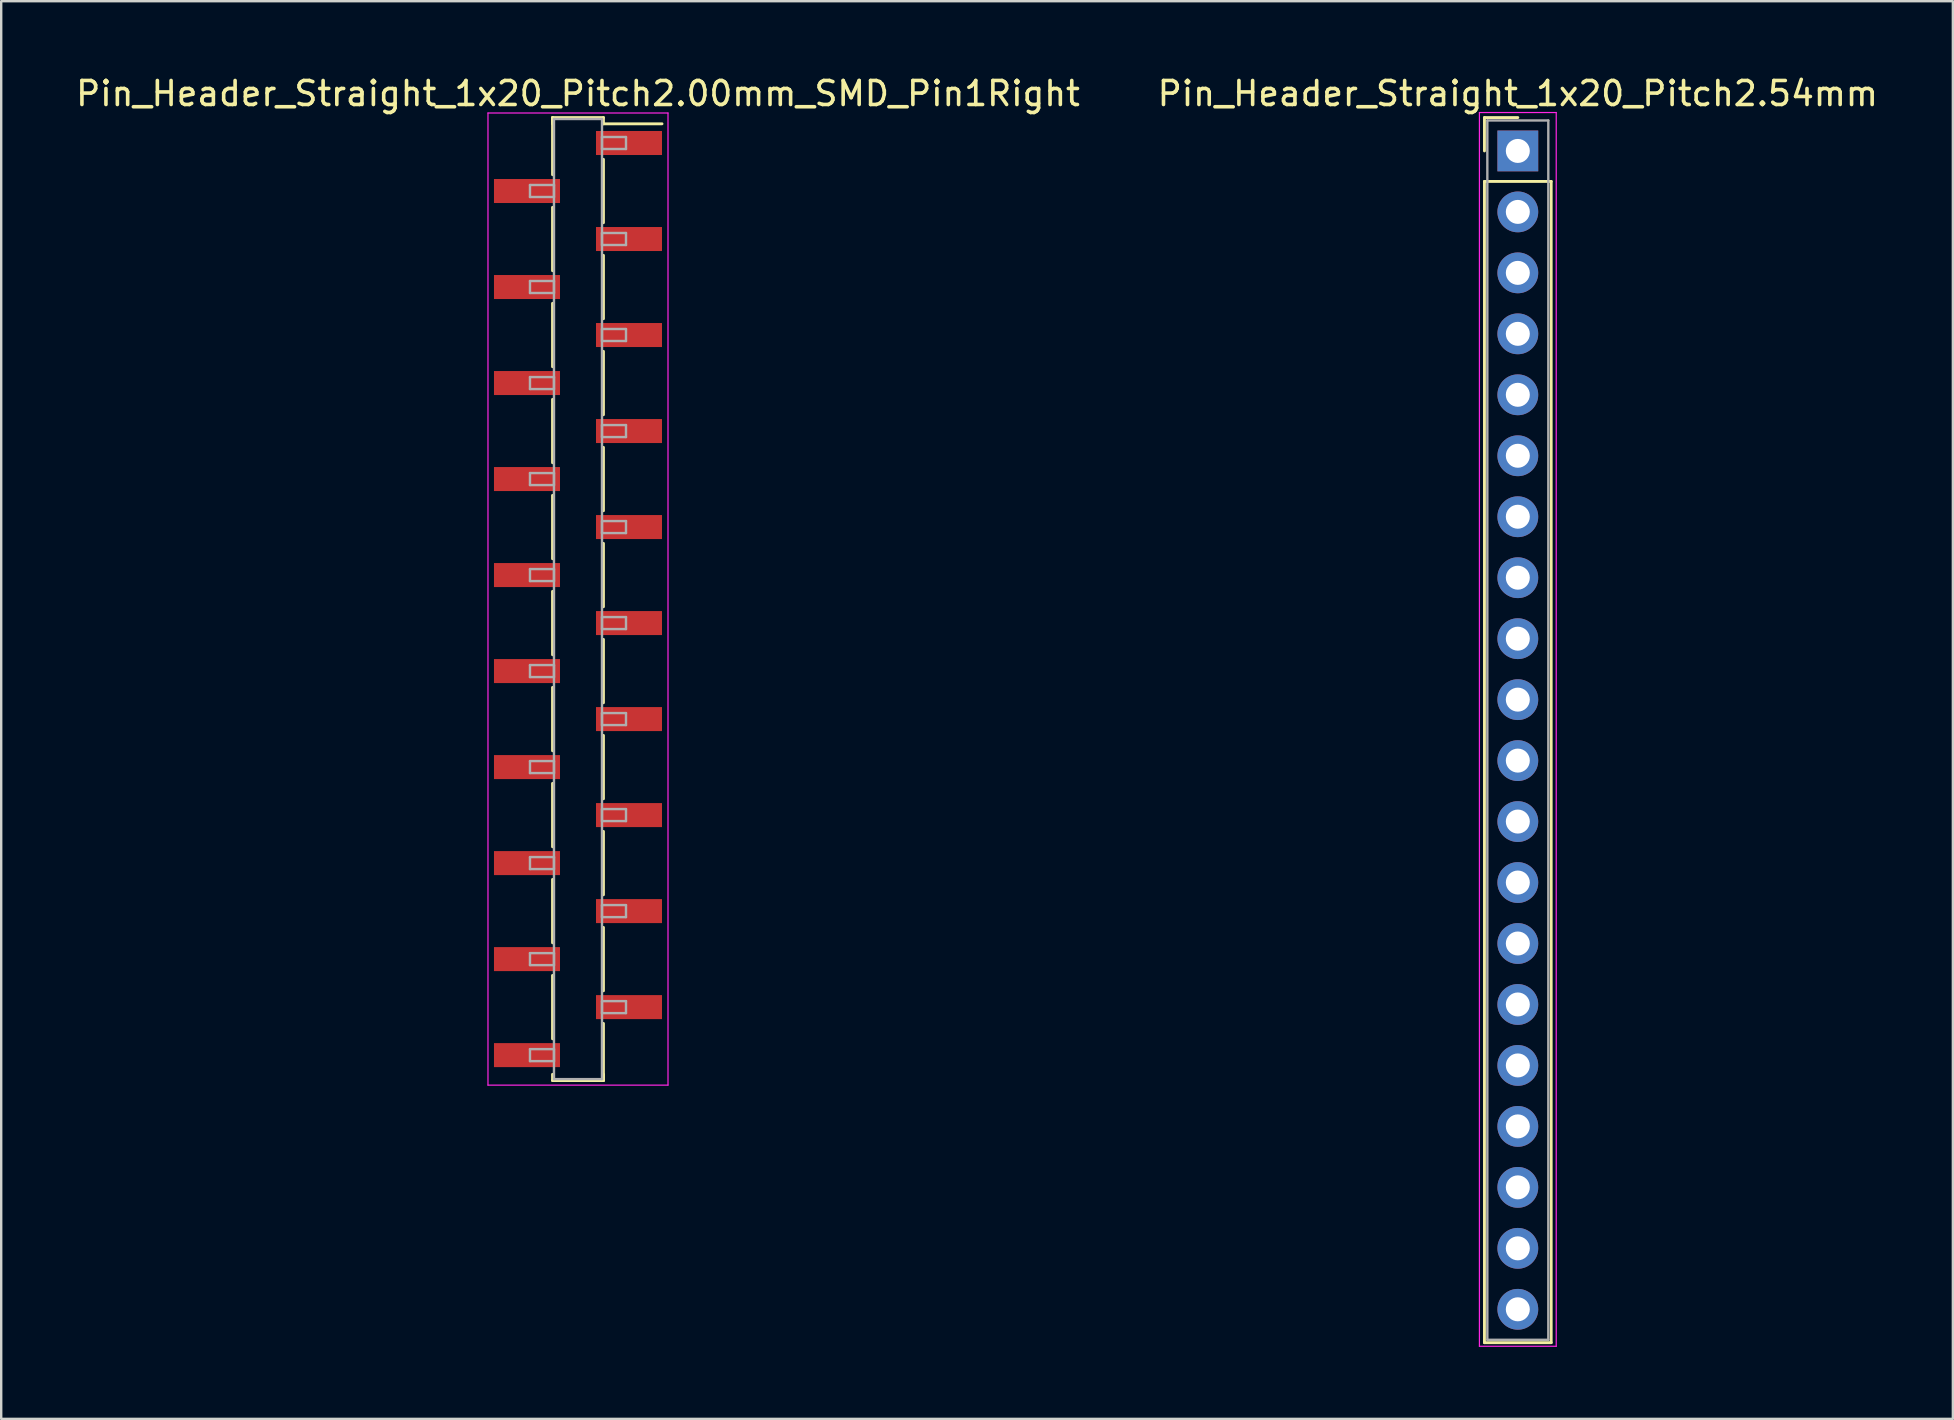
<source format=kicad_pcb>
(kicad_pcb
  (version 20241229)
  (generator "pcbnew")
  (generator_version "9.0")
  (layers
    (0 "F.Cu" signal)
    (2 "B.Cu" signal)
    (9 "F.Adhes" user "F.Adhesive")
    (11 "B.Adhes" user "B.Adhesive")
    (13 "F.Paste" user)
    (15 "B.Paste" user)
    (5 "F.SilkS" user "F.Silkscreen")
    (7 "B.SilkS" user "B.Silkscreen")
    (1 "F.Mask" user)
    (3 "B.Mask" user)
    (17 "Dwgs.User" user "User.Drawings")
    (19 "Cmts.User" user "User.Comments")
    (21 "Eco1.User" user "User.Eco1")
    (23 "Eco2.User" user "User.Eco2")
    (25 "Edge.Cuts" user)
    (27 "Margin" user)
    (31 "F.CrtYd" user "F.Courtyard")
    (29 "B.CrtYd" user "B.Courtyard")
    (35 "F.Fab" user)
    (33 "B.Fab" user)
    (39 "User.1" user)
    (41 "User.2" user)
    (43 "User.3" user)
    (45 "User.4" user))
  (footprint "Pin_Header_Straight_1x20_Pitch2.54mm"
    (layer "F.Cu")
    (at 60.185 3.238)
    (property "Reference" "Pin_Header_Straight_1x20_Pitch2.54mm" (at 0 -2.39 0) (layer "F.SilkS") (effects (font (size 1 1) (thickness 0.15))))
    (attr through_hole)
    (fp_line (start -1.39 -1.39) (end 0 -1.39) (stroke (width 0.12) (type solid)) (layer "F.SilkS"))
    (fp_line (start -1.39 0) (end -1.39 -1.39) (stroke (width 0.12) (type solid)) (layer "F.SilkS"))
    (fp_line (start -1.39 1.27) (end -1.39 49.65) (stroke (width 0.12) (type solid)) (layer "F.SilkS"))
    (fp_line (start -1.39 49.65) (end 1.39 49.65) (stroke (width 0.12) (type solid)) (layer "F.SilkS"))
    (fp_line (start 1.39 1.27) (end -1.39 1.27) (stroke (width 0.12) (type solid)) (layer "F.SilkS"))
    (fp_line (start 1.39 49.65) (end 1.39 1.27) (stroke (width 0.12) (type solid)) (layer "F.SilkS"))
    (fp_line (start -1.6 -1.6) (end -1.6 49.8) (stroke (width 0.05) (type solid)) (layer "F.CrtYd"))
    (fp_line (start -1.6 49.8) (end 1.6 49.8) (stroke (width 0.05) (type solid)) (layer "F.CrtYd"))
    (fp_line (start 1.6 -1.6) (end -1.6 -1.6) (stroke (width 0.05) (type solid)) (layer "F.CrtYd"))
    (fp_line (start 1.6 49.8) (end 1.6 -1.6) (stroke (width 0.05) (type solid)) (layer "F.CrtYd"))
    (fp_line (start -1.27 -1.27) (end -1.27 49.53) (stroke (width 0.1) (type solid)) (layer "F.Fab"))
    (fp_line (start -1.27 49.53) (end 1.27 49.53) (stroke (width 0.1) (type solid)) (layer "F.Fab"))
    (fp_line (start 1.27 -1.27) (end -1.27 -1.27) (stroke (width 0.1) (type solid)) (layer "F.Fab"))
    (fp_line (start 1.27 49.53) (end 1.27 -1.27) (stroke (width 0.1) (type solid)) (layer "F.Fab"))
    (pad "1" thru_hole rect (at 0 0) (size 1.7 1.7) (drill 1) (layers "*.Cu" "*.Mask"))
    (pad "2" thru_hole oval (at 0 2.54) (size 1.7 1.7) (drill 1) (layers "*.Cu" "*.Mask"))
    (pad "3" thru_hole oval (at 0 5.08) (size 1.7 1.7) (drill 1) (layers "*.Cu" "*.Mask"))
    (pad "4" thru_hole oval (at 0 7.62) (size 1.7 1.7) (drill 1) (layers "*.Cu" "*.Mask"))
    (pad "5" thru_hole oval (at 0 10.16) (size 1.7 1.7) (drill 1) (layers "*.Cu" "*.Mask"))
    (pad "6" thru_hole oval (at 0 12.7) (size 1.7 1.7) (drill 1) (layers "*.Cu" "*.Mask"))
    (pad "7" thru_hole oval (at 0 15.24) (size 1.7 1.7) (drill 1) (layers "*.Cu" "*.Mask"))
    (pad "8" thru_hole oval (at 0 17.78) (size 1.7 1.7) (drill 1) (layers "*.Cu" "*.Mask"))
    (pad "9" thru_hole oval (at 0 20.32) (size 1.7 1.7) (drill 1) (layers "*.Cu" "*.Mask"))
    (pad "10" thru_hole oval (at 0 22.86) (size 1.7 1.7) (drill 1) (layers "*.Cu" "*.Mask"))
    (pad "11" thru_hole oval (at 0 25.4) (size 1.7 1.7) (drill 1) (layers "*.Cu" "*.Mask"))
    (pad "12" thru_hole oval (at 0 27.94) (size 1.7 1.7) (drill 1) (layers "*.Cu" "*.Mask"))
    (pad "13" thru_hole oval (at 0 30.48) (size 1.7 1.7) (drill 1) (layers "*.Cu" "*.Mask"))
    (pad "14" thru_hole oval (at 0 33.02) (size 1.7 1.7) (drill 1) (layers "*.Cu" "*.Mask"))
    (pad "15" thru_hole oval (at 0 35.56) (size 1.7 1.7) (drill 1) (layers "*.Cu" "*.Mask"))
    (pad "16" thru_hole oval (at 0 38.1) (size 1.7 1.7) (drill 1) (layers "*.Cu" "*.Mask"))
    (pad "17" thru_hole oval (at 0 40.64) (size 1.7 1.7) (drill 1) (layers "*.Cu" "*.Mask"))
    (pad "18" thru_hole oval (at 0 43.18) (size 1.7 1.7) (drill 1) (layers "*.Cu" "*.Mask"))
    (pad "19" thru_hole oval (at 0 45.72) (size 1.7 1.7) (drill 1) (layers "*.Cu" "*.Mask"))
    (pad "20" thru_hole oval (at 0 48.26) (size 1.7 1.7) (drill 1) (layers "*.Cu" "*.Mask")))
  (footprint "Pin_Header_Straight_1x20_Pitch2.00mm_SMD_Pin1Right"
    (layer "F.Cu")
    (at 21.03 21.908)
    (property "Reference" "Pin_Header_Straight_1x20_Pitch2.00mm_SMD_Pin1Right" (at 0 -21.06 0) (layer "F.SilkS") (effects (font (size 1 1) (thickness 0.15))))
    (attr smd)
    (fp_line (start -1.06 -20.06) (end -1.06 -17.68) (stroke (width 0.12) (type solid)) (layer "F.SilkS"))
    (fp_line (start -1.06 -20.06) (end 1.06 -20.06) (stroke (width 0.12) (type solid)) (layer "F.SilkS"))
    (fp_line (start -1.06 -19.8) (end -1.06 -20.06) (stroke (width 0.12) (type solid)) (layer "F.SilkS"))
    (fp_line (start -1.06 -16.32) (end -1.06 -13.68) (stroke (width 0.12) (type solid)) (layer "F.SilkS"))
    (fp_line (start -1.06 -12.32) (end -1.06 -9.68) (stroke (width 0.12) (type solid)) (layer "F.SilkS"))
    (fp_line (start -1.06 -8.32) (end -1.06 -5.68) (stroke (width 0.12) (type solid)) (layer "F.SilkS"))
    (fp_line (start -1.06 -4.32) (end -1.06 -1.68) (stroke (width 0.12) (type solid)) (layer "F.SilkS"))
    (fp_line (start -1.06 -0.32) (end -1.06 2.32) (stroke (width 0.12) (type solid)) (layer "F.SilkS"))
    (fp_line (start -1.06 3.68) (end -1.06 6.32) (stroke (width 0.12) (type solid)) (layer "F.SilkS"))
    (fp_line (start -1.06 7.68) (end -1.06 10.32) (stroke (width 0.12) (type solid)) (layer "F.SilkS"))
    (fp_line (start -1.06 11.68) (end -1.06 14.32) (stroke (width 0.12) (type solid)) (layer "F.SilkS"))
    (fp_line (start -1.06 15.68) (end -1.06 18.32) (stroke (width 0.12) (type solid)) (layer "F.SilkS"))
    (fp_line (start -1.06 19.8) (end -1.06 20.06) (stroke (width 0.12) (type solid)) (layer "F.SilkS"))
    (fp_line (start -1.06 20.06) (end 1.06 20.06) (stroke (width 0.12) (type solid)) (layer "F.SilkS"))
    (fp_line (start 1.06 -20.06) (end 1.06 -19.8) (stroke (width 0.12) (type solid)) (layer "F.SilkS"))
    (fp_line (start 1.06 -19.8) (end 3.5 -19.8) (stroke (width 0.12) (type solid)) (layer "F.SilkS"))
    (fp_line (start 1.06 -18.32) (end 1.06 -15.68) (stroke (width 0.12) (type solid)) (layer "F.SilkS"))
    (fp_line (start 1.06 -14.32) (end 1.06 -11.68) (stroke (width 0.12) (type solid)) (layer "F.SilkS"))
    (fp_line (start 1.06 -10.32) (end 1.06 -7.68) (stroke (width 0.12) (type solid)) (layer "F.SilkS"))
    (fp_line (start 1.06 -6.32) (end 1.06 -3.68) (stroke (width 0.12) (type solid)) (layer "F.SilkS"))
    (fp_line (start 1.06 -2.32) (end 1.06 0.32) (stroke (width 0.12) (type solid)) (layer "F.SilkS"))
    (fp_line (start 1.06 1.68) (end 1.06 4.32) (stroke (width 0.12) (type solid)) (layer "F.SilkS"))
    (fp_line (start 1.06 5.68) (end 1.06 8.32) (stroke (width 0.12) (type solid)) (layer "F.SilkS"))
    (fp_line (start 1.06 9.68) (end 1.06 12.32) (stroke (width 0.12) (type solid)) (layer "F.SilkS"))
    (fp_line (start 1.06 13.68) (end 1.06 16.32) (stroke (width 0.12) (type solid)) (layer "F.SilkS"))
    (fp_line (start 1.06 17.68) (end 1.06 20.06) (stroke (width 0.12) (type solid)) (layer "F.SilkS"))
    (fp_line (start 1.06 20.06) (end 1.06 19.8) (stroke (width 0.12) (type solid)) (layer "F.SilkS"))
    (fp_line (start -3.75 -20.25) (end -3.75 20.25) (stroke (width 0.05) (type solid)) (layer "F.CrtYd"))
    (fp_line (start -3.75 20.25) (end 3.75 20.25) (stroke (width 0.05) (type solid)) (layer "F.CrtYd"))
    (fp_line (start 3.75 -20.25) (end -3.75 -20.25) (stroke (width 0.05) (type solid)) (layer "F.CrtYd"))
    (fp_line (start 3.75 20.25) (end 3.75 -20.25) (stroke (width 0.05) (type solid)) (layer "F.CrtYd"))
    (fp_line (start -2 -17.25) (end -1 -17.25) (stroke (width 0.1) (type solid)) (layer "F.Fab"))
    (fp_line (start -2 -16.75) (end -2 -17.25) (stroke (width 0.1) (type solid)) (layer "F.Fab"))
    (fp_line (start -2 -13.25) (end -1 -13.25) (stroke (width 0.1) (type solid)) (layer "F.Fab"))
    (fp_line (start -2 -12.75) (end -2 -13.25) (stroke (width 0.1) (type solid)) (layer "F.Fab"))
    (fp_line (start -2 -9.25) (end -1 -9.25) (stroke (width 0.1) (type solid)) (layer "F.Fab"))
    (fp_line (start -2 -8.75) (end -2 -9.25) (stroke (width 0.1) (type solid)) (layer "F.Fab"))
    (fp_line (start -2 -5.25) (end -1 -5.25) (stroke (width 0.1) (type solid)) (layer "F.Fab"))
    (fp_line (start -2 -4.75) (end -2 -5.25) (stroke (width 0.1) (type solid)) (layer "F.Fab"))
    (fp_line (start -2 -1.25) (end -1 -1.25) (stroke (width 0.1) (type solid)) (layer "F.Fab"))
    (fp_line (start -2 -0.75) (end -2 -1.25) (stroke (width 0.1) (type solid)) (layer "F.Fab"))
    (fp_line (start -2 2.75) (end -1 2.75) (stroke (width 0.1) (type solid)) (layer "F.Fab"))
    (fp_line (start -2 3.25) (end -2 2.75) (stroke (width 0.1) (type solid)) (layer "F.Fab"))
    (fp_line (start -2 6.75) (end -1 6.75) (stroke (width 0.1) (type solid)) (layer "F.Fab"))
    (fp_line (start -2 7.25) (end -2 6.75) (stroke (width 0.1) (type solid)) (layer "F.Fab"))
    (fp_line (start -2 10.75) (end -1 10.75) (stroke (width 0.1) (type solid)) (layer "F.Fab"))
    (fp_line (start -2 11.25) (end -2 10.75) (stroke (width 0.1) (type solid)) (layer "F.Fab"))
    (fp_line (start -2 14.75) (end -1 14.75) (stroke (width 0.1) (type solid)) (layer "F.Fab"))
    (fp_line (start -2 15.25) (end -2 14.75) (stroke (width 0.1) (type solid)) (layer "F.Fab"))
    (fp_line (start -2 18.75) (end -1 18.75) (stroke (width 0.1) (type solid)) (layer "F.Fab"))
    (fp_line (start -2 19.25) (end -2 18.75) (stroke (width 0.1) (type solid)) (layer "F.Fab"))
    (fp_line (start -1 -20) (end -1 20) (stroke (width 0.1) (type solid)) (layer "F.Fab"))
    (fp_line (start -1 -17.25) (end -1 -16.75) (stroke (width 0.1) (type solid)) (layer "F.Fab"))
    (fp_line (start -1 -16.75) (end -2 -16.75) (stroke (width 0.1) (type solid)) (layer "F.Fab"))
    (fp_line (start -1 -13.25) (end -1 -12.75) (stroke (width 0.1) (type solid)) (layer "F.Fab"))
    (fp_line (start -1 -12.75) (end -2 -12.75) (stroke (width 0.1) (type solid)) (layer "F.Fab"))
    (fp_line (start -1 -9.25) (end -1 -8.75) (stroke (width 0.1) (type solid)) (layer "F.Fab"))
    (fp_line (start -1 -8.75) (end -2 -8.75) (stroke (width 0.1) (type solid)) (layer "F.Fab"))
    (fp_line (start -1 -5.25) (end -1 -4.75) (stroke (width 0.1) (type solid)) (layer "F.Fab"))
    (fp_line (start -1 -4.75) (end -2 -4.75) (stroke (width 0.1) (type solid)) (layer "F.Fab"))
    (fp_line (start -1 -1.25) (end -1 -0.75) (stroke (width 0.1) (type solid)) (layer "F.Fab"))
    (fp_line (start -1 -0.75) (end -2 -0.75) (stroke (width 0.1) (type solid)) (layer "F.Fab"))
    (fp_line (start -1 2.75) (end -1 3.25) (stroke (width 0.1) (type solid)) (layer "F.Fab"))
    (fp_line (start -1 3.25) (end -2 3.25) (stroke (width 0.1) (type solid)) (layer "F.Fab"))
    (fp_line (start -1 6.75) (end -1 7.25) (stroke (width 0.1) (type solid)) (layer "F.Fab"))
    (fp_line (start -1 7.25) (end -2 7.25) (stroke (width 0.1) (type solid)) (layer "F.Fab"))
    (fp_line (start -1 10.75) (end -1 11.25) (stroke (width 0.1) (type solid)) (layer "F.Fab"))
    (fp_line (start -1 11.25) (end -2 11.25) (stroke (width 0.1) (type solid)) (layer "F.Fab"))
    (fp_line (start -1 14.75) (end -1 15.25) (stroke (width 0.1) (type solid)) (layer "F.Fab"))
    (fp_line (start -1 15.25) (end -2 15.25) (stroke (width 0.1) (type solid)) (layer "F.Fab"))
    (fp_line (start -1 18.75) (end -1 19.25) (stroke (width 0.1) (type solid)) (layer "F.Fab"))
    (fp_line (start -1 19.25) (end -2 19.25) (stroke (width 0.1) (type solid)) (layer "F.Fab"))
    (fp_line (start -1 20) (end 1 20) (stroke (width 0.1) (type solid)) (layer "F.Fab"))
    (fp_line (start 1 -20) (end -1 -20) (stroke (width 0.1) (type solid)) (layer "F.Fab"))
    (fp_line (start 1 -19.25) (end 1 -18.75) (stroke (width 0.1) (type solid)) (layer "F.Fab"))
    (fp_line (start 1 -18.75) (end 2 -18.75) (stroke (width 0.1) (type solid)) (layer "F.Fab"))
    (fp_line (start 1 -15.25) (end 1 -14.75) (stroke (width 0.1) (type solid)) (layer "F.Fab"))
    (fp_line (start 1 -14.75) (end 2 -14.75) (stroke (width 0.1) (type solid)) (layer "F.Fab"))
    (fp_line (start 1 -11.25) (end 1 -10.75) (stroke (width 0.1) (type solid)) (layer "F.Fab"))
    (fp_line (start 1 -10.75) (end 2 -10.75) (stroke (width 0.1) (type solid)) (layer "F.Fab"))
    (fp_line (start 1 -7.25) (end 1 -6.75) (stroke (width 0.1) (type solid)) (layer "F.Fab"))
    (fp_line (start 1 -6.75) (end 2 -6.75) (stroke (width 0.1) (type solid)) (layer "F.Fab"))
    (fp_line (start 1 -3.25) (end 1 -2.75) (stroke (width 0.1) (type solid)) (layer "F.Fab"))
    (fp_line (start 1 -2.75) (end 2 -2.75) (stroke (width 0.1) (type solid)) (layer "F.Fab"))
    (fp_line (start 1 0.75) (end 1 1.25) (stroke (width 0.1) (type solid)) (layer "F.Fab"))
    (fp_line (start 1 1.25) (end 2 1.25) (stroke (width 0.1) (type solid)) (layer "F.Fab"))
    (fp_line (start 1 4.75) (end 1 5.25) (stroke (width 0.1) (type solid)) (layer "F.Fab"))
    (fp_line (start 1 5.25) (end 2 5.25) (stroke (width 0.1) (type solid)) (layer "F.Fab"))
    (fp_line (start 1 8.75) (end 1 9.25) (stroke (width 0.1) (type solid)) (layer "F.Fab"))
    (fp_line (start 1 9.25) (end 2 9.25) (stroke (width 0.1) (type solid)) (layer "F.Fab"))
    (fp_line (start 1 12.75) (end 1 13.25) (stroke (width 0.1) (type solid)) (layer "F.Fab"))
    (fp_line (start 1 13.25) (end 2 13.25) (stroke (width 0.1) (type solid)) (layer "F.Fab"))
    (fp_line (start 1 16.75) (end 1 17.25) (stroke (width 0.1) (type solid)) (layer "F.Fab"))
    (fp_line (start 1 17.25) (end 2 17.25) (stroke (width 0.1) (type solid)) (layer "F.Fab"))
    (fp_line (start 1 20) (end 1 -20) (stroke (width 0.1) (type solid)) (layer "F.Fab"))
    (fp_line (start 2 -19.25) (end 1 -19.25) (stroke (width 0.1) (type solid)) (layer "F.Fab"))
    (fp_line (start 2 -18.75) (end 2 -19.25) (stroke (width 0.1) (type solid)) (layer "F.Fab"))
    (fp_line (start 2 -15.25) (end 1 -15.25) (stroke (width 0.1) (type solid)) (layer "F.Fab"))
    (fp_line (start 2 -14.75) (end 2 -15.25) (stroke (width 0.1) (type solid)) (layer "F.Fab"))
    (fp_line (start 2 -11.25) (end 1 -11.25) (stroke (width 0.1) (type solid)) (layer "F.Fab"))
    (fp_line (start 2 -10.75) (end 2 -11.25) (stroke (width 0.1) (type solid)) (layer "F.Fab"))
    (fp_line (start 2 -7.25) (end 1 -7.25) (stroke (width 0.1) (type solid)) (layer "F.Fab"))
    (fp_line (start 2 -6.75) (end 2 -7.25) (stroke (width 0.1) (type solid)) (layer "F.Fab"))
    (fp_line (start 2 -3.25) (end 1 -3.25) (stroke (width 0.1) (type solid)) (layer "F.Fab"))
    (fp_line (start 2 -2.75) (end 2 -3.25) (stroke (width 0.1) (type solid)) (layer "F.Fab"))
    (fp_line (start 2 0.75) (end 1 0.75) (stroke (width 0.1) (type solid)) (layer "F.Fab"))
    (fp_line (start 2 1.25) (end 2 0.75) (stroke (width 0.1) (type solid)) (layer "F.Fab"))
    (fp_line (start 2 4.75) (end 1 4.75) (stroke (width 0.1) (type solid)) (layer "F.Fab"))
    (fp_line (start 2 5.25) (end 2 4.75) (stroke (width 0.1) (type solid)) (layer "F.Fab"))
    (fp_line (start 2 8.75) (end 1 8.75) (stroke (width 0.1) (type solid)) (layer "F.Fab"))
    (fp_line (start 2 9.25) (end 2 8.75) (stroke (width 0.1) (type solid)) (layer "F.Fab"))
    (fp_line (start 2 12.75) (end 1 12.75) (stroke (width 0.1) (type solid)) (layer "F.Fab"))
    (fp_line (start 2 13.25) (end 2 12.75) (stroke (width 0.1) (type solid)) (layer "F.Fab"))
    (fp_line (start 2 16.75) (end 1 16.75) (stroke (width 0.1) (type solid)) (layer "F.Fab"))
    (fp_line (start 2 17.25) (end 2 16.75) (stroke (width 0.1) (type solid)) (layer "F.Fab"))
    (pad "1" smd rect (at 2.125 -19) (size 2.75 1) (layers "F.Cu" "F.Mask"))
    (pad "2" smd rect (at -2.125 -17) (size 2.75 1) (layers "F.Cu" "F.Mask"))
    (pad "3" smd rect (at 2.125 -15) (size 2.75 1) (layers "F.Cu" "F.Mask"))
    (pad "4" smd rect (at -2.125 -13) (size 2.75 1) (layers "F.Cu" "F.Mask"))
    (pad "5" smd rect (at 2.125 -11) (size 2.75 1) (layers "F.Cu" "F.Mask"))
    (pad "6" smd rect (at -2.125 -9) (size 2.75 1) (layers "F.Cu" "F.Mask"))
    (pad "7" smd rect (at 2.125 -7) (size 2.75 1) (layers "F.Cu" "F.Mask"))
    (pad "8" smd rect (at -2.125 -5) (size 2.75 1) (layers "F.Cu" "F.Mask"))
    (pad "9" smd rect (at 2.125 -3) (size 2.75 1) (layers "F.Cu" "F.Mask"))
    (pad "10" smd rect (at -2.125 -1) (size 2.75 1) (layers "F.Cu" "F.Mask"))
    (pad "11" smd rect (at 2.125 1) (size 2.75 1) (layers "F.Cu" "F.Mask"))
    (pad "12" smd rect (at -2.125 3) (size 2.75 1) (layers "F.Cu" "F.Mask"))
    (pad "13" smd rect (at 2.125 5) (size 2.75 1) (layers "F.Cu" "F.Mask"))
    (pad "14" smd rect (at -2.125 7) (size 2.75 1) (layers "F.Cu" "F.Mask"))
    (pad "15" smd rect (at 2.125 9) (size 2.75 1) (layers "F.Cu" "F.Mask"))
    (pad "16" smd rect (at -2.125 11) (size 2.75 1) (layers "F.Cu" "F.Mask"))
    (pad "17" smd rect (at 2.125 13) (size 2.75 1) (layers "F.Cu" "F.Mask"))
    (pad "18" smd rect (at -2.125 15) (size 2.75 1) (layers "F.Cu" "F.Mask"))
    (pad "19" smd rect (at 2.125 17) (size 2.75 1) (layers "F.Cu" "F.Mask"))
    (pad "20" smd rect (at -2.125 19) (size 2.75 1) (layers "F.Cu" "F.Mask")))
  (gr_rect
    (start -3 -3)
    (end 78.31 56.063)
    (stroke (width 0.1) (type default))
    (fill no)
    (layer "Edge.Cuts")))
</source>
